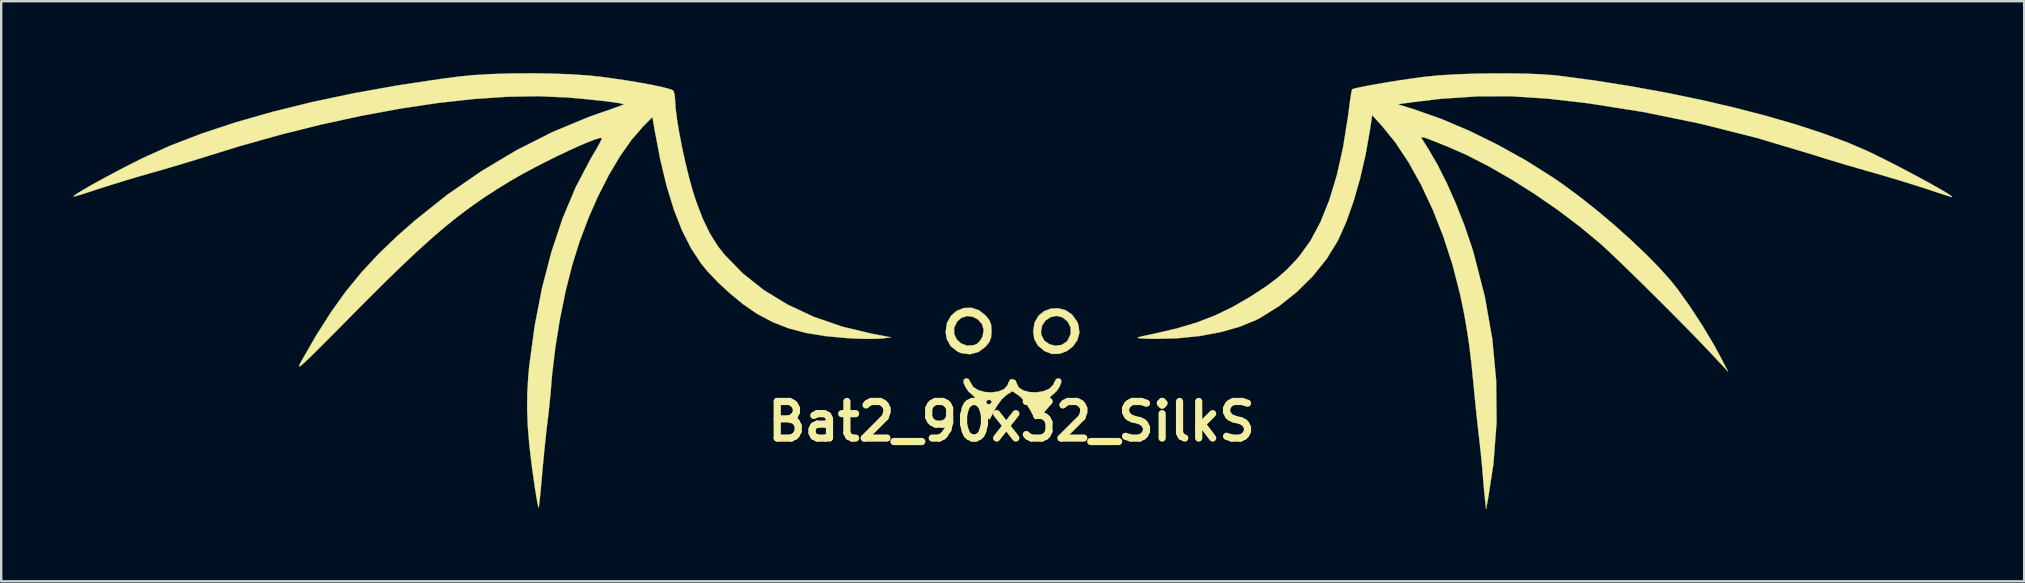
<source format=kicad_pcb>
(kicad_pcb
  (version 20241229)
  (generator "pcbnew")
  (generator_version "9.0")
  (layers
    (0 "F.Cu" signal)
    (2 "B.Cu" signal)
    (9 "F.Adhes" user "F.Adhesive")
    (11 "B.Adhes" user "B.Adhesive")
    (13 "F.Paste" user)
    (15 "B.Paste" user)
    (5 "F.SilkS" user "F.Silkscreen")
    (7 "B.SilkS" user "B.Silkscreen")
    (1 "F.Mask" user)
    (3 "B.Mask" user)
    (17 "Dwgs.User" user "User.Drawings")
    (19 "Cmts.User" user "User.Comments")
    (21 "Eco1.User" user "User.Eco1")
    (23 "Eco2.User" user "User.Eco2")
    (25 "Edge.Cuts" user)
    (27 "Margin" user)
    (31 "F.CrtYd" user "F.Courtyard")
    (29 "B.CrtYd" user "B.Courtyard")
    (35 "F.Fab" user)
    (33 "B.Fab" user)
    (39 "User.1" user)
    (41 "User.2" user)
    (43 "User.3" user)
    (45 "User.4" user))
  (footprint "Bat2_90x32_SilkS"
    (layer "F.Cu")
    (at 39.097 14.513)
    (property "Reference" "Bat2_90x32_SilkS" (at 0 0 0) (layer "F.SilkS") (effects (font (size 1.524 1.524) (thickness 0.3))))
    (attr through_hole)
    (fp_poly (pts (xy 2.257 -4.638) (xy 2.523 -4.458) (xy 2.729 -4.176) (xy 2.793 -4.02) (xy 2.831 -3.693) (xy 2.745 -3.389) (xy 2.562 -3.129) (xy 2.307 -2.932) (xy 2.008 -2.82) (xy 1.69 -2.813) (xy 1.384 -2.929) (xy 1.101 -3.162) (xy 0.948 -3.44) (xy 0.911 -3.728) (xy 1.23 -3.728) (xy 1.246 -3.605) (xy 1.365 -3.374) (xy 1.574 -3.222) (xy 1.829 -3.158) (xy 2.087 -3.192) (xy 2.305 -3.334) (xy 2.331 -3.364) (xy 2.466 -3.643) (xy 2.458 -3.932) (xy 2.338 -4.164) (xy 2.121 -4.342) (xy 1.875 -4.398) (xy 1.631 -4.348) (xy 1.421 -4.209) (xy 1.277 -3.997) (xy 1.23 -3.728) (xy 0.911 -3.728) (xy 0.904 -3.775) (xy 0.965 -4.133) (xy 1.127 -4.409) (xy 1.365 -4.602) (xy 1.65 -4.706) (xy 1.957 -4.719) (xy 2.257 -4.638)) (stroke (width 0.01) (type solid)) (fill yes) (layer "F.SilkS"))
    (fp_poly (pts (xy -1.343 -4.63) (xy -1.077 -4.418) (xy -0.92 -4.221) (xy -0.847 -4.034) (xy -0.829 -3.779) (xy -0.829 -3.769) (xy -0.846 -3.51) (xy -0.916 -3.322) (xy -1.07 -3.127) (xy -1.077 -3.119) (xy -1.376 -2.896) (xy -1.724 -2.802) (xy -2.087 -2.845) (xy -2.239 -2.907) (xy -2.53 -3.132) (xy -2.7 -3.444) (xy -2.744 -3.735) (xy -2.719 -3.907) (xy -2.388 -3.907) (xy -2.387 -3.653) (xy -2.284 -3.427) (xy -2.102 -3.255) (xy -1.863 -3.163) (xy -1.591 -3.177) (xy -1.437 -3.238) (xy -1.314 -3.357) (xy -1.207 -3.54) (xy -1.159 -3.814) (xy -1.229 -4.054) (xy -1.388 -4.243) (xy -1.604 -4.362) (xy -1.848 -4.393) (xy -2.088 -4.318) (xy -2.263 -4.164) (xy -2.388 -3.907) (xy -2.719 -3.907) (xy -2.69 -4.105) (xy -2.526 -4.401) (xy -2.282 -4.614) (xy -1.985 -4.73) (xy -1.663 -4.739) (xy -1.343 -4.63)) (stroke (width 0.01) (type solid)) (fill yes) (layer "F.SilkS"))
    (fp_poly (pts (xy -1.775 -1.76) (xy -1.703 -1.622) (xy -1.589 -1.435) (xy -1.379 -1.304) (xy -1.11 -1.23) (xy -0.817 -1.213) (xy -0.538 -1.254) (xy -0.308 -1.353) (xy -0.164 -1.511) (xy -0.137 -1.601) (xy -0.063 -1.743) (xy 0.038 -1.771) (xy 0.172 -1.71) (xy 0.213 -1.601) (xy 0.306 -1.417) (xy 0.502 -1.291) (xy 0.764 -1.225) (xy 1.055 -1.216) (xy 1.339 -1.264) (xy 1.58 -1.369) (xy 1.741 -1.531) (xy 1.778 -1.622) (xy 1.859 -1.768) (xy 1.975 -1.808) (xy 2.071 -1.736) (xy 2.071 -1.614) (xy 1.997 -1.437) (xy 1.879 -1.261) (xy 1.747 -1.138) (xy 1.736 -1.132) (xy 1.626 -1.029) (xy 1.476 -0.835) (xy 1.319 -0.591) (xy 1.314 -0.583) (xy 1.177 -0.35) (xy 1.07 -0.173) (xy 1.017 -0.089) (xy 1.015 -0.087) (xy 0.971 -0.134) (xy 0.882 -0.283) (xy 0.777 -0.481) (xy 0.598 -0.772) (xy 0.523 -0.858) (xy 0.914 -0.858) (xy 0.932 -0.754) (xy 0.953 -0.731) (xy 1.047 -0.715) (xy 1.123 -0.792) (xy 1.131 -0.834) (xy 1.069 -0.896) (xy 1.018 -0.904) (xy 0.914 -0.858) (xy 0.523 -0.858) (xy 0.394 -1.007) (xy 0.303 -1.081) (xy 0.041 -1.26) (xy -0.21 -1.101) (xy -0.416 -0.913) (xy -0.619 -0.627) (xy -0.684 -0.509) (xy -0.801 -0.287) (xy -0.889 -0.131) (xy -0.927 -0.075) (xy -0.972 -0.136) (xy -1.071 -0.295) (xy -1.204 -0.521) (xy -1.228 -0.563) (xy -1.385 -0.813) (xy -1.419 -0.858) (xy -1.046 -0.858) (xy -1.027 -0.754) (xy -1.007 -0.731) (xy -0.913 -0.715) (xy -0.837 -0.792) (xy -0.829 -0.834) (xy -0.89 -0.896) (xy -0.942 -0.904) (xy -1.046 -0.858) (xy -1.419 -0.858) (xy -1.537 -1.014) (xy -1.651 -1.126) (xy -1.658 -1.13) (xy -1.791 -1.247) (xy -1.913 -1.421) (xy -1.992 -1.6) (xy -2 -1.729) (xy -1.996 -1.736) (xy -1.89 -1.809) (xy -1.775 -1.76)) (stroke (width 0.01) (type solid)) (fill yes) (layer "F.SilkS"))
    (fp_poly (pts (xy 21.421 -14.494) (xy 22.076 -14.467) (xy 22.628 -14.427) (xy 22.8 -14.409) (xy 24.304 -14.208) (xy 25.808 -13.97) (xy 27.293 -13.699) (xy 28.743 -13.399) (xy 30.141 -13.074) (xy 31.47 -12.729) (xy 32.712 -12.368) (xy 33.851 -11.994) (xy 34.87 -11.613) (xy 35.586 -11.305) (xy 35.964 -11.126) (xy 36.385 -10.918) (xy 36.833 -10.691) (xy 37.288 -10.454) (xy 37.733 -10.218) (xy 38.151 -9.991) (xy 38.522 -9.784) (xy 38.83 -9.607) (xy 39.055 -9.469) (xy 39.181 -9.38) (xy 39.193 -9.349) (xy 39.112 -9.371) (xy 38.914 -9.433) (xy 38.627 -9.525) (xy 38.277 -9.641) (xy 38.138 -9.687) (xy 37.707 -9.827) (xy 37.183 -9.99) (xy 36.617 -10.161) (xy 36.061 -10.324) (xy 35.764 -10.408) (xy 35.237 -10.559) (xy 34.671 -10.725) (xy 34.116 -10.892) (xy 33.625 -11.044) (xy 33.389 -11.119) (xy 31.06 -11.816) (xy 28.702 -12.409) (xy 26.347 -12.893) (xy 24.022 -13.26) (xy 22.342 -13.453) (xy 20.864 -13.548) (xy 19.398 -13.547) (xy 17.897 -13.447) (xy 16.77 -13.313) (xy 16.092 -13.22) (xy 16.77 -13.009) (xy 17.897 -12.613) (xy 19.076 -12.113) (xy 20.269 -11.527) (xy 21.442 -10.874) (xy 22.556 -10.172) (xy 22.988 -9.874) (xy 23.694 -9.352) (xy 24.413 -8.781) (xy 25.126 -8.18) (xy 25.81 -7.568) (xy 26.444 -6.965) (xy 27.008 -6.389) (xy 27.48 -5.861) (xy 27.736 -5.541) (xy 28.269 -4.794) (xy 28.79 -3.997) (xy 29.262 -3.207) (xy 29.531 -2.714) (xy 29.864 -2.073) (xy 29.159 -2.826) (xy 28.821 -3.183) (xy 28.413 -3.605) (xy 27.952 -4.074) (xy 27.457 -4.573) (xy 26.945 -5.085) (xy 26.434 -5.591) (xy 25.94 -6.076) (xy 25.483 -6.521) (xy 25.078 -6.909) (xy 24.745 -7.222) (xy 24.514 -7.431) (xy 23.669 -8.131) (xy 22.753 -8.821) (xy 21.794 -9.483) (xy 20.819 -10.098) (xy 19.857 -10.65) (xy 18.938 -11.119) (xy 18.16 -11.459) (xy 17.853 -11.581) (xy 17.521 -11.713) (xy 17.406 -11.759) (xy 17.184 -11.836) (xy 17.081 -11.845) (xy 17.081 -11.815) (xy 17.151 -11.703) (xy 17.272 -11.51) (xy 17.378 -11.343) (xy 17.76 -10.685) (xy 18.147 -9.914) (xy 18.522 -9.068) (xy 18.869 -8.184) (xy 19.172 -7.3) (xy 19.261 -7.006) (xy 19.721 -5.216) (xy 20.033 -3.448) (xy 20.197 -1.699) (xy 20.214 0.036) (xy 20.083 1.762) (xy 19.867 3.166) (xy 19.775 3.655) (xy 19.726 3.203) (xy 19.695 2.893) (xy 19.662 2.515) (xy 19.633 2.149) (xy 19.633 2.148) (xy 19.605 1.823) (xy 19.564 1.406) (xy 19.516 0.956) (xy 19.476 0.603) (xy 19.426 0.171) (xy 19.37 -0.353) (xy 19.314 -0.907) (xy 19.263 -1.433) (xy 19.252 -1.545) (xy 19.162 -2.444) (xy 19.065 -3.235) (xy 18.955 -3.962) (xy 18.826 -4.668) (xy 18.681 -5.351) (xy 18.374 -6.538) (xy 17.998 -7.697) (xy 17.561 -8.807) (xy 17.075 -9.847) (xy 16.547 -10.798) (xy 15.988 -11.638) (xy 15.436 -12.317) (xy 15.029 -12.763) (xy 14.934 -12.129) (xy 14.755 -11.115) (xy 14.527 -10.126) (xy 14.259 -9.192) (xy 13.96 -8.345) (xy 13.638 -7.613) (xy 13.593 -7.525) (xy 13.139 -6.783) (xy 12.562 -6.065) (xy 11.889 -5.397) (xy 11.149 -4.807) (xy 10.369 -4.321) (xy 10.213 -4.239) (xy 9.515 -3.95) (xy 8.705 -3.721) (xy 7.812 -3.557) (xy 6.864 -3.463) (xy 5.89 -3.443) (xy 5.464 -3.459) (xy 5.316 -3.47) (xy 5.254 -3.486) (xy 5.292 -3.511) (xy 5.444 -3.551) (xy 5.723 -3.612) (xy 5.954 -3.66) (xy 6.886 -3.877) (xy 7.707 -4.121) (xy 8.461 -4.41) (xy 9.187 -4.758) (xy 9.926 -5.183) (xy 10.046 -5.259) (xy 10.612 -5.631) (xy 11.076 -5.979) (xy 11.479 -6.334) (xy 11.857 -6.731) (xy 12.001 -6.896) (xy 12.466 -7.543) (xy 12.882 -8.327) (xy 13.248 -9.242) (xy 13.562 -10.284) (xy 13.821 -11.446) (xy 14.024 -12.723) (xy 14.048 -12.914) (xy 14.093 -13.263) (xy 14.136 -13.555) (xy 14.171 -13.758) (xy 14.194 -13.842) (xy 14.288 -13.875) (xy 14.506 -13.925) (xy 14.823 -13.988) (xy 15.216 -14.059) (xy 15.657 -14.134) (xy 16.124 -14.209) (xy 16.59 -14.279) (xy 17.031 -14.34) (xy 17.26 -14.369) (xy 17.809 -14.422) (xy 18.462 -14.462) (xy 19.184 -14.49) (xy 19.941 -14.505) (xy 20.698 -14.506) (xy 21.421 -14.494)) (stroke (width 0.01) (type solid)) (fill yes) (layer "F.SilkS"))
    (fp_poly (pts (xy -19.145 -14.496) (xy -18.343 -14.466) (xy -17.622 -14.418) (xy -17.147 -14.368) (xy -16.54 -14.286) (xy -15.959 -14.198) (xy -15.423 -14.108) (xy -14.952 -14.02) (xy -14.564 -13.937) (xy -14.278 -13.863) (xy -14.114 -13.802) (xy -14.084 -13.778) (xy -14.039 -13.637) (xy -14.02 -13.435) (xy -14.02 -13.434) (xy -13.997 -13.065) (xy -13.936 -12.584) (xy -13.843 -12.023) (xy -13.725 -11.415) (xy -13.588 -10.79) (xy -13.439 -10.182) (xy -13.285 -9.623) (xy -13.139 -9.166) (xy -12.86 -8.44) (xy -12.564 -7.83) (xy -12.233 -7.304) (xy -11.958 -6.952) (xy -11.194 -6.169) (xy -10.313 -5.472) (xy -9.322 -4.868) (xy -8.232 -4.359) (xy -7.05 -3.952) (xy -5.785 -3.65) (xy -5.766 -3.647) (xy -5.012 -3.505) (xy -5.427 -3.458) (xy -5.665 -3.445) (xy -6.008 -3.443) (xy -6.41 -3.452) (xy -6.821 -3.472) (xy -7.752 -3.557) (xy -8.565 -3.691) (xy -9.287 -3.883) (xy -9.946 -4.139) (xy -10.567 -4.468) (xy -10.676 -4.535) (xy -11.18 -4.886) (xy -11.708 -5.316) (xy -12.218 -5.786) (xy -12.667 -6.257) (xy -12.93 -6.579) (xy -13.35 -7.216) (xy -13.727 -7.959) (xy -14.064 -8.817) (xy -14.366 -9.799) (xy -14.634 -10.911) (xy -14.866 -12.128) (xy -14.961 -12.687) (xy -15.363 -12.279) (xy -15.839 -11.728) (xy -16.316 -11.048) (xy -16.781 -10.262) (xy -17.225 -9.392) (xy -17.635 -8.46) (xy -18.001 -7.487) (xy -18.304 -6.52) (xy -18.576 -5.444) (xy -18.813 -4.281) (xy -19.006 -3.092) (xy -19.143 -1.939) (xy -19.182 -1.47) (xy -19.214 -1.088) (xy -19.26 -0.63) (xy -19.311 -0.171) (xy -19.337 0.038) (xy -19.381 0.403) (xy -19.431 0.872) (xy -19.484 1.395) (xy -19.534 1.926) (xy -19.56 2.219) (xy -19.598 2.653) (xy -19.634 3.033) (xy -19.665 3.333) (xy -19.689 3.529) (xy -19.702 3.598) (xy -19.723 3.539) (xy -19.76 3.36) (xy -19.807 3.09) (xy -19.852 2.811) (xy -19.991 1.835) (xy -20.091 0.977) (xy -20.155 0.205) (xy -20.182 -0.507) (xy -20.175 -1.189) (xy -20.136 -1.869) (xy -20.093 -2.322) (xy -19.869 -3.983) (xy -19.56 -5.569) (xy -19.17 -7.068) (xy -18.703 -8.467) (xy -18.162 -9.756) (xy -17.55 -10.923) (xy -17.462 -11.073) (xy -17.292 -11.361) (xy -17.16 -11.599) (xy -17.08 -11.759) (xy -17.065 -11.814) (xy -17.16 -11.812) (xy -17.369 -11.748) (xy -17.672 -11.63) (xy -18.048 -11.469) (xy -18.48 -11.272) (xy -18.947 -11.049) (xy -19.43 -10.81) (xy -19.909 -10.563) (xy -20.365 -10.318) (xy -20.779 -10.084) (xy -20.915 -10.003) (xy -21.489 -9.649) (xy -22.031 -9.295) (xy -22.554 -8.929) (xy -23.072 -8.54) (xy -23.599 -8.116) (xy -24.149 -7.645) (xy -24.736 -7.116) (xy -25.373 -6.517) (xy -26.074 -5.836) (xy -26.853 -5.061) (xy -27.387 -4.524) (xy -27.961 -3.943) (xy -28.437 -3.463) (xy -28.824 -3.076) (xy -29.127 -2.775) (xy -29.357 -2.553) (xy -29.519 -2.403) (xy -29.623 -2.318) (xy -29.676 -2.291) (xy -29.685 -2.314) (xy -29.659 -2.381) (xy -29.606 -2.484) (xy -29.578 -2.536) (xy -28.962 -3.603) (xy -28.358 -4.553) (xy -27.742 -5.412) (xy -27.09 -6.209) (xy -26.381 -6.973) (xy -25.591 -7.731) (xy -24.873 -8.364) (xy -23.515 -9.446) (xy -22.091 -10.43) (xy -20.622 -11.306) (xy -19.128 -12.061) (xy -17.632 -12.683) (xy -17.16 -12.851) (xy -16.803 -12.974) (xy -16.5 -13.081) (xy -16.278 -13.162) (xy -16.165 -13.208) (xy -16.157 -13.213) (xy -16.209 -13.238) (xy -16.39 -13.273) (xy -16.68 -13.315) (xy -17.056 -13.361) (xy -17.499 -13.409) (xy -17.988 -13.456) (xy -18.5 -13.501) (xy -18.52 -13.502) (xy -19.71 -13.554) (xy -21.014 -13.531) (xy -22.42 -13.436) (xy -23.913 -13.27) (xy -25.48 -13.035) (xy -27.105 -12.735) (xy -28.777 -12.371) (xy -30.479 -11.946) (xy -32.199 -11.461) (xy -33.427 -11.081) (xy -33.916 -10.928) (xy -34.491 -10.753) (xy -35.089 -10.575) (xy -35.651 -10.412) (xy -35.839 -10.359) (xy -36.353 -10.212) (xy -36.907 -10.047) (xy -37.447 -9.881) (xy -37.92 -9.731) (xy -38.095 -9.674) (xy -38.451 -9.557) (xy -38.753 -9.461) (xy -38.972 -9.396) (xy -39.083 -9.37) (xy -39.092 -9.37) (xy -39.046 -9.421) (xy -38.884 -9.53) (xy -38.624 -9.687) (xy -38.285 -9.881) (xy -37.884 -10.102) (xy -37.439 -10.341) (xy -36.97 -10.587) (xy -36.493 -10.83) (xy -36.202 -10.975) (xy -35.039 -11.5) (xy -33.739 -11.999) (xy -32.314 -12.469) (xy -30.775 -12.908) (xy -29.134 -13.312) (xy -27.403 -13.678) (xy -25.594 -14.003) (xy -23.718 -14.284) (xy -23.026 -14.374) (xy -22.395 -14.435) (xy -21.653 -14.478) (xy -20.838 -14.502) (xy -19.99 -14.508) (xy -19.145 -14.496)) (stroke (width 0.01) (type solid)) (fill yes) (layer "F.SilkS")))
  (gr_rect
    (start -3 -3)
    (end 81.294 21.174)
    (stroke (width 0.1) (type default))
    (fill no)
    (layer "Edge.Cuts")))
</source>
